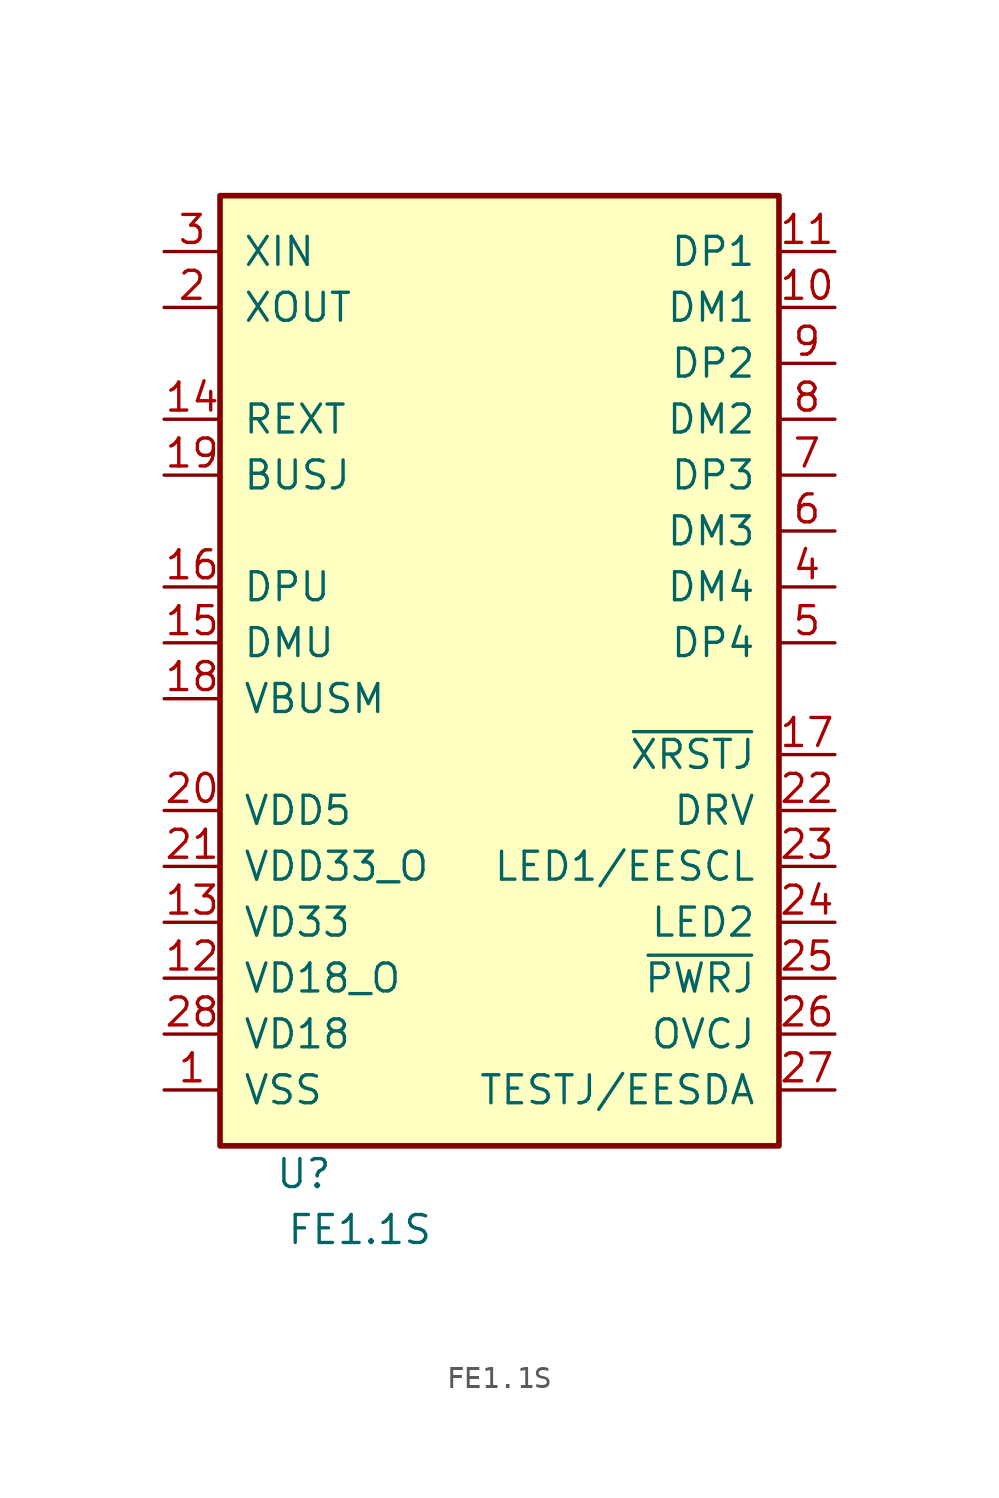
<source format=kicad_sym>
(kicad_symbol_lib
  (version 20220914)
  (generator kicad_symbol_editor)
  (symbol "FE1.1S"
    (pin_names
      (offset 1.016))
    (property "Reference" "U"
      (at -8.89 -24.13 0)
      (effects (font (size 1.27 1.27))))
    (property "Value" "FE1.1S"
      (at -6.35 -26.67 0)
      (effects (font (size 1.27 1.27))))
    (symbol "FE1.1S_1_1"
      (rectangle (start -12.7 20.32) (end 12.7 -22.86) (stroke (width 0.254) (type solid)) (fill (type background)))
      (pin power_in line (at -15.24 -20.32 0) (length 2.54) (name "VSS" (effects (font (size 1.27 1.27)))) (number "1" (effects (font (size 1.27 1.27)))))
      (pin bidirectional line (at 15.24 15.24 180) (length 2.54) (name "DM1" (effects (font (size 1.27 1.27)))) (number "10" (effects (font (size 1.27 1.27)))))
      (pin bidirectional line (at 15.24 17.78 180) (length 2.54) (name "DP1" (effects (font (size 1.27 1.27)))) (number "11" (effects (font (size 1.27 1.27)))))
      (pin power_out line (at -15.24 -15.24 0) (length 2.54) (name "VD18_O" (effects (font (size 1.27 1.27)))) (number "12" (effects (font (size 1.27 1.27)))))
      (pin power_in line (at -15.24 -12.7 0) (length 2.54) (name "VD33" (effects (font (size 1.27 1.27)))) (number "13" (effects (font (size 1.27 1.27)))))
      (pin input line (at -15.24 10.16 0) (length 2.54) (name "REXT" (effects (font (size 1.27 1.27)))) (number "14" (effects (font (size 1.27 1.27)))))
      (pin bidirectional line (at -15.24 0 0) (length 2.54) (name "DMU" (effects (font (size 1.27 1.27)))) (number "15" (effects (font (size 1.27 1.27)))))
      (pin bidirectional line (at -15.24 2.54 0) (length 2.54) (name "DPU" (effects (font (size 1.27 1.27)))) (number "16" (effects (font (size 1.27 1.27)))))
      (pin input line (at 15.24 -5.08 180) (length 2.54) (name "~{XRSTJ}" (effects (font (size 1.27 1.27)))) (number "17" (effects (font (size 1.27 1.27)))))
      (pin input line (at -15.24 -2.54 0) (length 2.54) (name "VBUSM" (effects (font (size 1.27 1.27)))) (number "18" (effects (font (size 1.27 1.27)))))
      (pin input line (at -15.24 7.62 0) (length 2.54) (name "BUSJ" (effects (font (size 1.27 1.27)))) (number "19" (effects (font (size 1.27 1.27)))))
      (pin output line (at -15.24 15.24 0) (length 2.54) (name "XOUT" (effects (font (size 1.27 1.27)))) (number "2" (effects (font (size 1.27 1.27)))))
      (pin power_in line (at -15.24 -7.62 0) (length 2.54) (name "VDD5" (effects (font (size 1.27 1.27)))) (number "20" (effects (font (size 1.27 1.27)))))
      (pin power_out line (at -15.24 -10.16 0) (length 2.54) (name "VDD33_O" (effects (font (size 1.27 1.27)))) (number "21" (effects (font (size 1.27 1.27)))))
      (pin bidirectional line (at 15.24 -7.62 180) (length 2.54) (name "DRV" (effects (font (size 1.27 1.27)))) (number "22" (effects (font (size 1.27 1.27)))))
      (pin bidirectional line (at 15.24 -10.16 180) (length 2.54) (name "LED1/EESCL" (effects (font (size 1.27 1.27)))) (number "23" (effects (font (size 1.27 1.27)))))
      (pin bidirectional line (at 15.24 -12.7 180) (length 2.54) (name "LED2" (effects (font (size 1.27 1.27)))) (number "24" (effects (font (size 1.27 1.27)))))
      (pin open_collector line (at 15.24 -15.24 180) (length 2.54) (name "~{PWRJ}" (effects (font (size 1.27 1.27)))) (number "25" (effects (font (size 1.27 1.27)))))
      (pin input line (at 15.24 -17.78 180) (length 2.54) (name "OVCJ" (effects (font (size 1.27 1.27)))) (number "26" (effects (font (size 1.27 1.27)))))
      (pin bidirectional line (at 15.24 -20.32 180) (length 2.54) (name "TESTJ/EESDA" (effects (font (size 1.27 1.27)))) (number "27" (effects (font (size 1.27 1.27)))))
      (pin power_in line (at -15.24 -17.78 0) (length 2.54) (name "VD18" (effects (font (size 1.27 1.27)))) (number "28" (effects (font (size 1.27 1.27)))))
      (pin input line (at -15.24 17.78 0) (length 2.54) (name "XIN" (effects (font (size 1.27 1.27)))) (number "3" (effects (font (size 1.27 1.27)))))
      (pin bidirectional line (at 15.24 2.54 180) (length 2.54) (name "DM4" (effects (font (size 1.27 1.27)))) (number "4" (effects (font (size 1.27 1.27)))))
      (pin bidirectional line (at 15.24 0 180) (length 2.54) (name "DP4" (effects (font (size 1.27 1.27)))) (number "5" (effects (font (size 1.27 1.27)))))
      (pin bidirectional line (at 15.24 5.08 180) (length 2.54) (name "DM3" (effects (font (size 1.27 1.27)))) (number "6" (effects (font (size 1.27 1.27)))))
      (pin bidirectional line (at 15.24 7.62 180) (length 2.54) (name "DP3" (effects (font (size 1.27 1.27)))) (number "7" (effects (font (size 1.27 1.27)))))
      (pin bidirectional line (at 15.24 10.16 180) (length 2.54) (name "DM2" (effects (font (size 1.27 1.27)))) (number "8" (effects (font (size 1.27 1.27)))))
      (pin bidirectional line (at 15.24 12.7 180) (length 2.54) (name "DP2" (effects (font (size 1.27 1.27)))) (number "9" (effects (font (size 1.27 1.27))))))))
</source>
